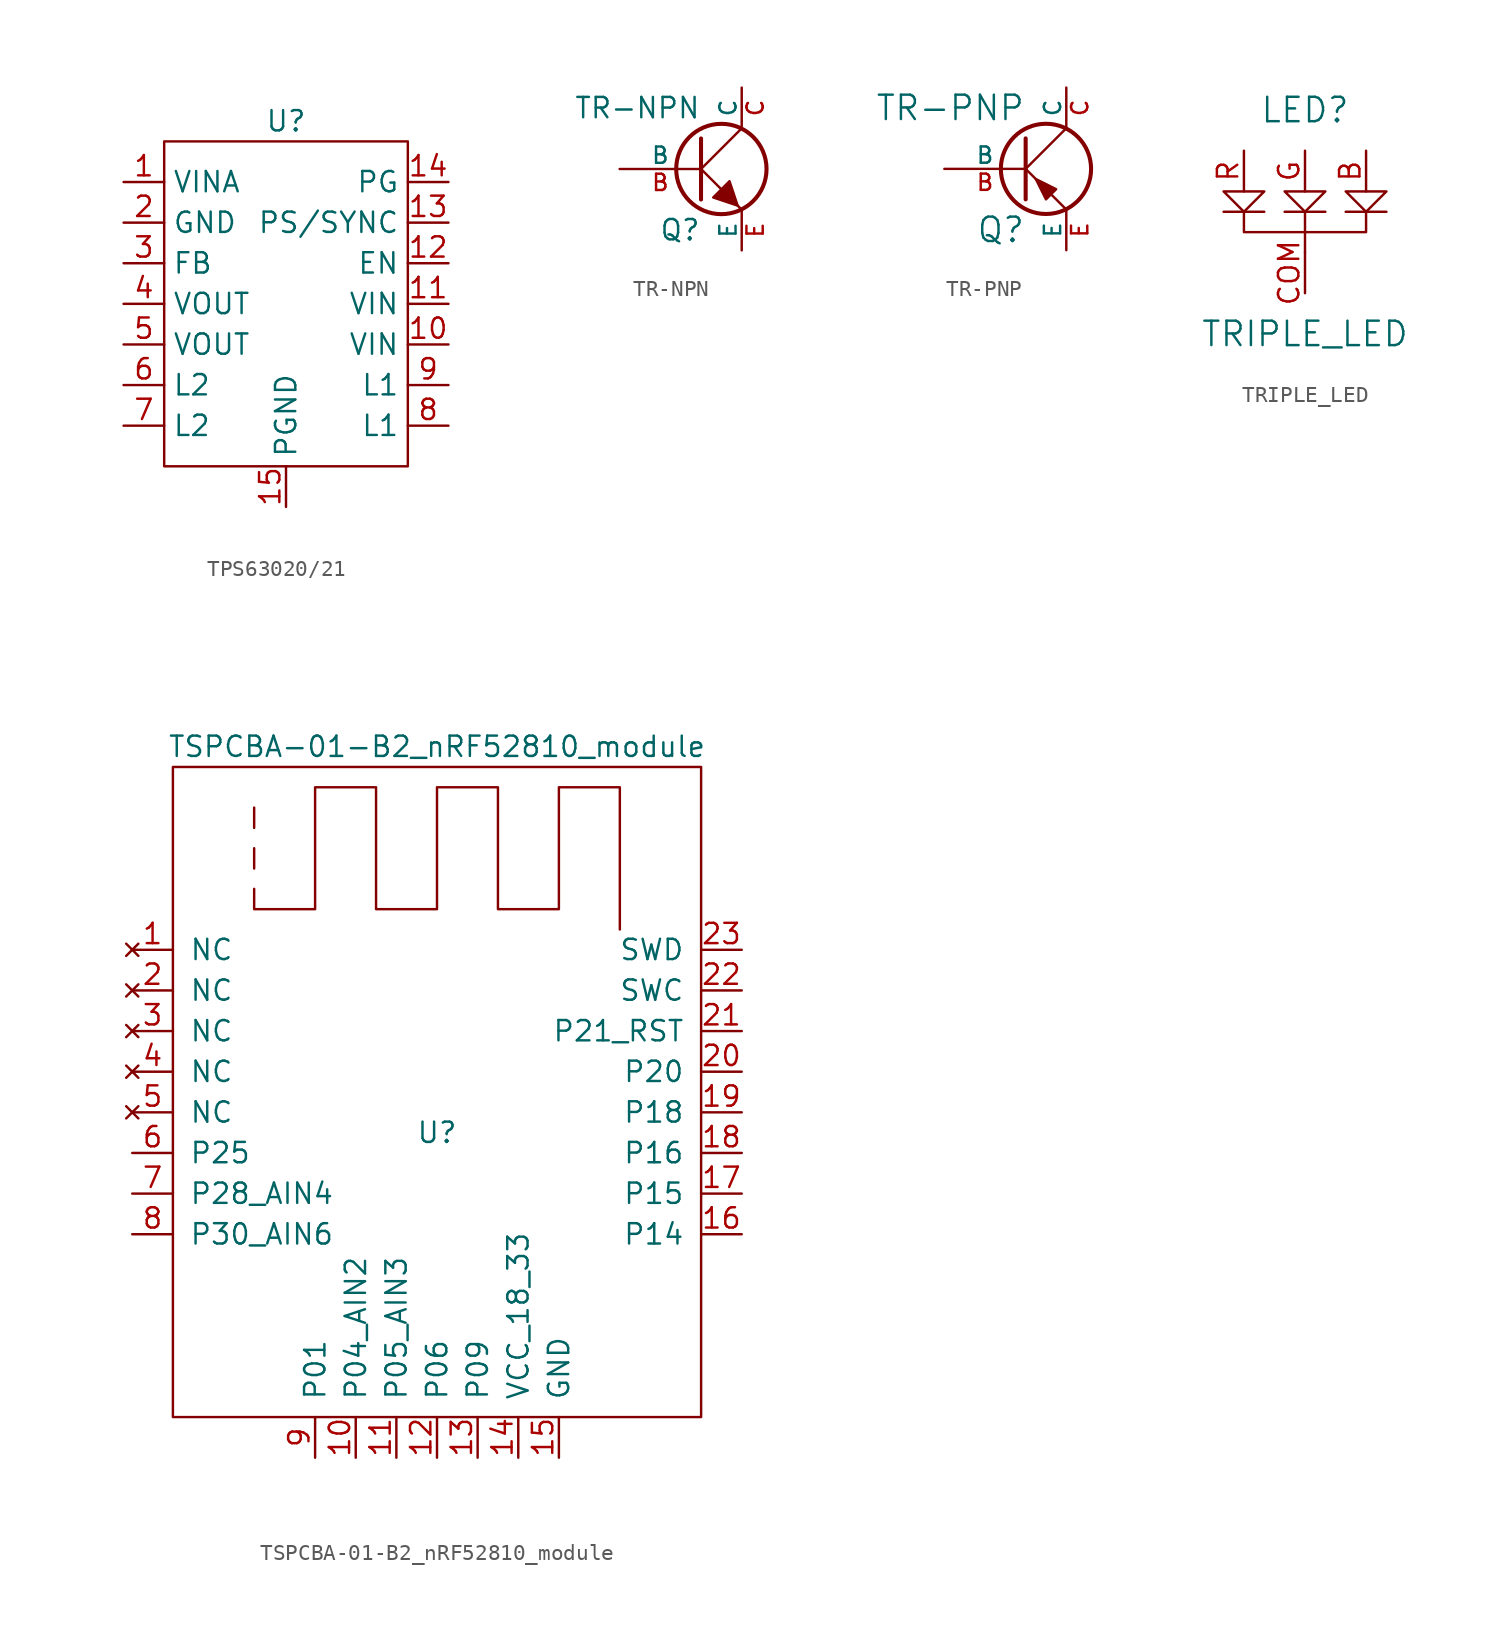
<source format=kicad_sym>
(kicad_symbol_lib
  (version 20220914)
  (generator kicad_symbol_editor)
  (symbol "TPS63020/21"
    (property "Reference" "U"
      (at 0 11.43 0)
      (effects (font (size 1.27 1.27))))
    (property "Value" ""
      (at -11.43 0 0)
      (effects (font (size 1.27 1.27))))
    (symbol "TPS63020/21_0_1"
      (rectangle (start -7.62 10.16) (end 7.62 -10.16) (stroke (width 0) (type default)) (fill (type none))))
    (symbol "TPS63020/21_1_1"
      (pin input line (at -10.16 7.62 0) (length 2.54) (name "VINA" (effects (font (size 1.27 1.27)))) (number "1" (effects (font (size 1.27 1.27)))))
      (pin power_in line (at 10.16 -2.54 180) (length 2.54) (name "VIN" (effects (font (size 1.27 1.27)))) (number "10" (effects (font (size 1.27 1.27)))))
      (pin power_in line (at 10.16 0 180) (length 2.54) (name "VIN" (effects (font (size 1.27 1.27)))) (number "11" (effects (font (size 1.27 1.27)))))
      (pin input line (at 10.16 2.54 180) (length 2.54) (name "EN" (effects (font (size 1.27 1.27)))) (number "12" (effects (font (size 1.27 1.27)))))
      (pin input line (at 10.16 5.08 180) (length 2.54) (name "PS/SYNC" (effects (font (size 1.27 1.27)))) (number "13" (effects (font (size 1.27 1.27)))))
      (pin input line (at 10.16 7.62 180) (length 2.54) (name "PG" (effects (font (size 1.27 1.27)))) (number "14" (effects (font (size 1.27 1.27)))))
      (pin power_out line (at 0 -12.7 90) (length 2.54) (name "PGND" (effects (font (size 1.27 1.27)))) (number "15" (effects (font (size 1.27 1.27)))))
      (pin power_out line (at -10.16 5.08 0) (length 2.54) (name "GND" (effects (font (size 1.27 1.27)))) (number "2" (effects (font (size 1.27 1.27)))))
      (pin input line (at -10.16 2.54 0) (length 2.54) (name "FB" (effects (font (size 1.27 1.27)))) (number "3" (effects (font (size 1.27 1.27)))))
      (pin power_out line (at -10.16 0 0) (length 2.54) (name "VOUT" (effects (font (size 1.27 1.27)))) (number "4" (effects (font (size 1.27 1.27)))))
      (pin power_out line (at -10.16 -2.54 0) (length 2.54) (name "VOUT" (effects (font (size 1.27 1.27)))) (number "5" (effects (font (size 1.27 1.27)))))
      (pin input line (at -10.16 -5.08 0) (length 2.54) (name "L2" (effects (font (size 1.27 1.27)))) (number "6" (effects (font (size 1.27 1.27)))))
      (pin input line (at -10.16 -7.62 0) (length 2.54) (name "L2" (effects (font (size 1.27 1.27)))) (number "7" (effects (font (size 1.27 1.27)))))
      (pin input line (at 10.16 -7.62 180) (length 2.54) (name "L1" (effects (font (size 1.27 1.27)))) (number "8" (effects (font (size 1.27 1.27)))))
      (pin input line (at 10.16 -5.08 180) (length 2.54) (name "L1" (effects (font (size 1.27 1.27)))) (number "9" (effects (font (size 1.27 1.27)))))))
  (symbol "TR-NPN"
    (pin_names
      (offset 0))
    (property "Reference" "Q"
      (at 0 -3.81 0)
      (effects (font (size 1.27 1.27)) (justify right)))
    (property "Value" "TR-NPN"
      (at 0 3.81 0)
      (effects (font (size 1.27 1.27)) (justify right)))
    (property "Footprint" ""
      (at 0 0 0)
      (effects (font (size 1.524 1.524))))
    (property "Datasheet" ""
      (at 0 0 0)
      (effects (font (size 1.524 1.524))))
    (symbol "TR-NPN_0_1"
      (polyline (pts (xy 0 0) (xy 2.54 2.54)) (stroke (width 0) (type solid)) (fill (type none)))
      (polyline (pts (xy 0 1.905) (xy 0 -1.905) (xy 0 -1.905)) (stroke (width 0.254) (type solid)) (fill (type none)))
      (polyline (pts (xy 1.27 -1.27) (xy 0 0) (xy 0 0)) (stroke (width 0) (type solid)) (fill (type none)))
      (polyline (pts (xy 2.286 -2.286) (xy 2.54 -2.54) (xy 2.54 -2.54)) (stroke (width 0) (type solid)) (fill (type none)))
      (polyline (pts (xy 2.286 -2.286) (xy 1.778 -0.762) (xy 0.762 -1.778) (xy 2.286 -2.286) (xy 2.286 -2.286)) (stroke (width 0) (type solid)) (fill (type outline)))
      (circle (center 1.27 0) (radius 2.819) (stroke (width 0.254) (type solid)) (fill (type none))))
    (symbol "TR-NPN_1_1"
      (pin input line (at -5.08 0 0) (length 5.08) (name "B" (effects (font (size 1.016 1.016)))) (number "B" (effects (font (size 1.016 1.016)))))
      (pin passive line (at 2.54 5.08 270) (length 2.54) (name "C" (effects (font (size 1.016 1.016)))) (number "C" (effects (font (size 1.016 1.016)))))
      (pin passive line (at 2.54 -5.08 90) (length 2.54) (name "E" (effects (font (size 1.016 1.016)))) (number "E" (effects (font (size 1.016 1.016)))))))
  (symbol "TR-PNP"
    (pin_names
      (offset 0))
    (property "Reference" "Q"
      (at 0 -3.81 0)
      (effects (font (size 1.524 1.524)) (justify right)))
    (property "Value" "TR-PNP"
      (at 0 3.81 0)
      (effects (font (size 1.524 1.524)) (justify right)))
    (property "Footprint" ""
      (at 0 0 0)
      (effects (font (size 1.524 1.524))))
    (property "Datasheet" ""
      (at 0 0 0)
      (effects (font (size 1.524 1.524))))
    (symbol "TR-PNP_0_1"
      (polyline (pts (xy 0 0) (xy 2.54 2.54)) (stroke (width 0) (type solid)) (fill (type none)))
      (polyline (pts (xy 0 1.905) (xy 0 -1.905) (xy 0 -1.905)) (stroke (width 0.254) (type solid)) (fill (type outline)))
      (polyline (pts (xy 0.635 -0.635) (xy 0 0) (xy 0 0)) (stroke (width 0) (type solid)) (fill (type none)))
      (polyline (pts (xy 2.54 -2.54) (xy 1.651 -1.651) (xy 1.651 -1.651)) (stroke (width 0) (type solid)) (fill (type none)))
      (polyline (pts (xy 0.635 -0.635) (xy 1.27 -1.905) (xy 1.905 -1.27) (xy 0.635 -0.635) (xy 0.635 -0.635)) (stroke (width 0) (type solid)) (fill (type outline)))
      (circle (center 1.27 0) (radius 2.819) (stroke (width 0.254) (type solid)) (fill (type none))))
    (symbol "TR-PNP_1_1"
      (pin input line (at -5.08 0 0) (length 5.08) (name "B" (effects (font (size 1.016 1.016)))) (number "B" (effects (font (size 1.016 1.016)))))
      (pin passive line (at 2.54 5.08 270) (length 2.54) (name "C" (effects (font (size 1.016 1.016)))) (number "C" (effects (font (size 1.016 1.016)))))
      (pin passive line (at 2.54 -5.08 90) (length 2.54) (name "E" (effects (font (size 1.016 1.016)))) (number "E" (effects (font (size 1.016 1.016)))))))
  (symbol "TRIPLE_LED"
    (pin_names
      (offset 1.016))
    (property "Reference" "LED"
      (at 0 6.35 0)
      (effects (font (size 1.524 1.524))))
    (property "Value" "TRIPLE_LED"
      (at 0 -7.62 0)
      (effects (font (size 1.524 1.524))))
    (property "Footprint" ""
      (at 0 0 0)
      (effects (font (size 1.524 1.524))))
    (property "Datasheet" ""
      (at 0 0 0)
      (effects (font (size 1.524 1.524))))
    (symbol "TRIPLE_LED_0_1"
      (polyline (pts (xy -5.08 0) (xy -2.54 0)) (stroke (width 0) (type solid)) (fill (type none)))
      (polyline (pts (xy -1.27 0) (xy 1.27 0)) (stroke (width 0) (type solid)) (fill (type none)))
      (polyline (pts (xy 0 -1.27) (xy 0 -2.54)) (stroke (width 0) (type solid)) (fill (type none)))
      (polyline (pts (xy 0 0) (xy 0 -1.27)) (stroke (width 0) (type solid)) (fill (type none)))
      (polyline (pts (xy 2.54 0) (xy 5.08 0)) (stroke (width 0) (type solid)) (fill (type none)))
      (polyline (pts (xy -3.81 0) (xy -5.08 1.27) (xy -2.54 1.27) (xy -3.81 0)) (stroke (width 0) (type solid)) (fill (type none)))
      (polyline (pts (xy -3.81 0) (xy -3.81 -1.27) (xy 3.81 -1.27) (xy 3.81 0)) (stroke (width 0) (type solid)) (fill (type none)))
      (polyline (pts (xy 0 0) (xy -1.27 1.27) (xy 1.27 1.27) (xy 0 0)) (stroke (width 0) (type solid)) (fill (type none)))
      (polyline (pts (xy 3.81 0) (xy 2.54 1.27) (xy 5.08 1.27) (xy 3.81 0)) (stroke (width 0) (type solid)) (fill (type none))))
    (symbol "TRIPLE_LED_1_1"
      (pin input line (at 3.81 3.81 270) (length 2.54) (name "~" (effects (font (size 1.27 1.27)))) (number "B" (effects (font (size 1.27 1.27)))))
      (pin input line (at 0 -5.08 90) (length 2.54) (name "~" (effects (font (size 1.27 1.27)))) (number "COM" (effects (font (size 1.27 1.27)))))
      (pin input line (at 0 3.81 270) (length 2.54) (name "~" (effects (font (size 1.27 1.27)))) (number "G" (effects (font (size 1.27 1.27)))))
      (pin input line (at -3.81 3.81 270) (length 2.54) (name "~" (effects (font (size 1.27 1.27)))) (number "R" (effects (font (size 1.27 1.27)))))))
  (symbol "TSPCBA-01-B2_nRF52810_module"
    (pin_names
      (offset 1.016))
    (property "Reference" "U"
      (at 0 0 0)
      (effects (font (size 1.27 1.27))))
    (property "Value" "TSPCBA-01-B2_nRF52810_module"
      (at 0 24.13 0)
      (effects (font (size 1.27 1.27))))
    (symbol "TSPCBA-01-B2_nRF52810_module_0_1"
      (rectangle (start -16.51 22.86) (end 16.51 -17.78) (stroke (width 0) (type solid)) (fill (type none)))
      (polyline (pts (xy -11.43 16.51) (xy -11.43 17.78)) (stroke (width 0) (type solid)) (fill (type none)))
      (polyline (pts (xy -11.43 19.05) (xy -11.43 20.32)) (stroke (width 0) (type solid)) (fill (type none)))
      (polyline (pts (xy 11.43 12.7) (xy 11.43 20.32) (xy 11.43 21.59) (xy 7.62 21.59) (xy 7.62 13.97) (xy 3.81 13.97) (xy 3.81 21.59) (xy 0 21.59) (xy 0 13.97) (xy -3.81 13.97) (xy -3.81 21.59) (xy -7.62 21.59) (xy -7.62 13.97) (xy -11.43 13.97) (xy -11.43 15.24)) (stroke (width 0) (type solid)) (fill (type none))))
    (symbol "TSPCBA-01-B2_nRF52810_module_1_1"
      (pin no_connect line (at -19.05 11.43 0) (length 2.54) (name "NC" (effects (font (size 1.27 1.27)))) (number "1" (effects (font (size 1.27 1.27)))))
      (pin bidirectional line (at -5.08 -20.32 90) (length 2.54) (name "P04_AIN2" (effects (font (size 1.27 1.27)))) (number "10" (effects (font (size 1.27 1.27)))))
      (pin bidirectional line (at -2.54 -20.32 90) (length 2.54) (name "P05_AIN3" (effects (font (size 1.27 1.27)))) (number "11" (effects (font (size 1.27 1.27)))))
      (pin bidirectional line (at 0 -20.32 90) (length 2.54) (name "P06" (effects (font (size 1.27 1.27)))) (number "12" (effects (font (size 1.27 1.27)))))
      (pin bidirectional line (at 2.54 -20.32 90) (length 2.54) (name "P09" (effects (font (size 1.27 1.27)))) (number "13" (effects (font (size 1.27 1.27)))))
      (pin power_in line (at 5.08 -20.32 90) (length 2.54) (name "VCC_18_33" (effects (font (size 1.27 1.27)))) (number "14" (effects (font (size 1.27 1.27)))))
      (pin power_in line (at 7.62 -20.32 90) (length 2.54) (name "GND" (effects (font (size 1.27 1.27)))) (number "15" (effects (font (size 1.27 1.27)))))
      (pin bidirectional line (at 19.05 -6.35 180) (length 2.54) (name "P14" (effects (font (size 1.27 1.27)))) (number "16" (effects (font (size 1.27 1.27)))))
      (pin bidirectional line (at 19.05 -3.81 180) (length 2.54) (name "P15" (effects (font (size 1.27 1.27)))) (number "17" (effects (font (size 1.27 1.27)))))
      (pin bidirectional line (at 19.05 -1.27 180) (length 2.54) (name "P16" (effects (font (size 1.27 1.27)))) (number "18" (effects (font (size 1.27 1.27)))))
      (pin bidirectional line (at 19.05 1.27 180) (length 2.54) (name "P18" (effects (font (size 1.27 1.27)))) (number "19" (effects (font (size 1.27 1.27)))))
      (pin no_connect line (at -19.05 8.89 0) (length 2.54) (name "NC" (effects (font (size 1.27 1.27)))) (number "2" (effects (font (size 1.27 1.27)))))
      (pin bidirectional line (at 19.05 3.81 180) (length 2.54) (name "P20" (effects (font (size 1.27 1.27)))) (number "20" (effects (font (size 1.27 1.27)))))
      (pin bidirectional line (at 19.05 6.35 180) (length 2.54) (name "P21_RST" (effects (font (size 1.27 1.27)))) (number "21" (effects (font (size 1.27 1.27)))))
      (pin bidirectional line (at 19.05 8.89 180) (length 2.54) (name "SWC" (effects (font (size 1.27 1.27)))) (number "22" (effects (font (size 1.27 1.27)))))
      (pin bidirectional line (at 19.05 11.43 180) (length 2.54) (name "SWD" (effects (font (size 1.27 1.27)))) (number "23" (effects (font (size 1.27 1.27)))))
      (pin no_connect line (at -19.05 6.35 0) (length 2.54) (name "NC" (effects (font (size 1.27 1.27)))) (number "3" (effects (font (size 1.27 1.27)))))
      (pin no_connect line (at -19.05 3.81 0) (length 2.54) (name "NC" (effects (font (size 1.27 1.27)))) (number "4" (effects (font (size 1.27 1.27)))))
      (pin no_connect line (at -19.05 1.27 0) (length 2.54) (name "NC" (effects (font (size 1.27 1.27)))) (number "5" (effects (font (size 1.27 1.27)))))
      (pin bidirectional line (at -19.05 -1.27 0) (length 2.54) (name "P25" (effects (font (size 1.27 1.27)))) (number "6" (effects (font (size 1.27 1.27)))))
      (pin bidirectional line (at -19.05 -3.81 0) (length 2.54) (name "P28_AIN4" (effects (font (size 1.27 1.27)))) (number "7" (effects (font (size 1.27 1.27)))))
      (pin bidirectional line (at -19.05 -6.35 0) (length 2.54) (name "P30_AIN6" (effects (font (size 1.27 1.27)))) (number "8" (effects (font (size 1.27 1.27)))))
      (pin bidirectional line (at -7.62 -20.32 90) (length 2.54) (name "P01" (effects (font (size 1.27 1.27)))) (number "9" (effects (font (size 1.27 1.27))))))))
</source>
